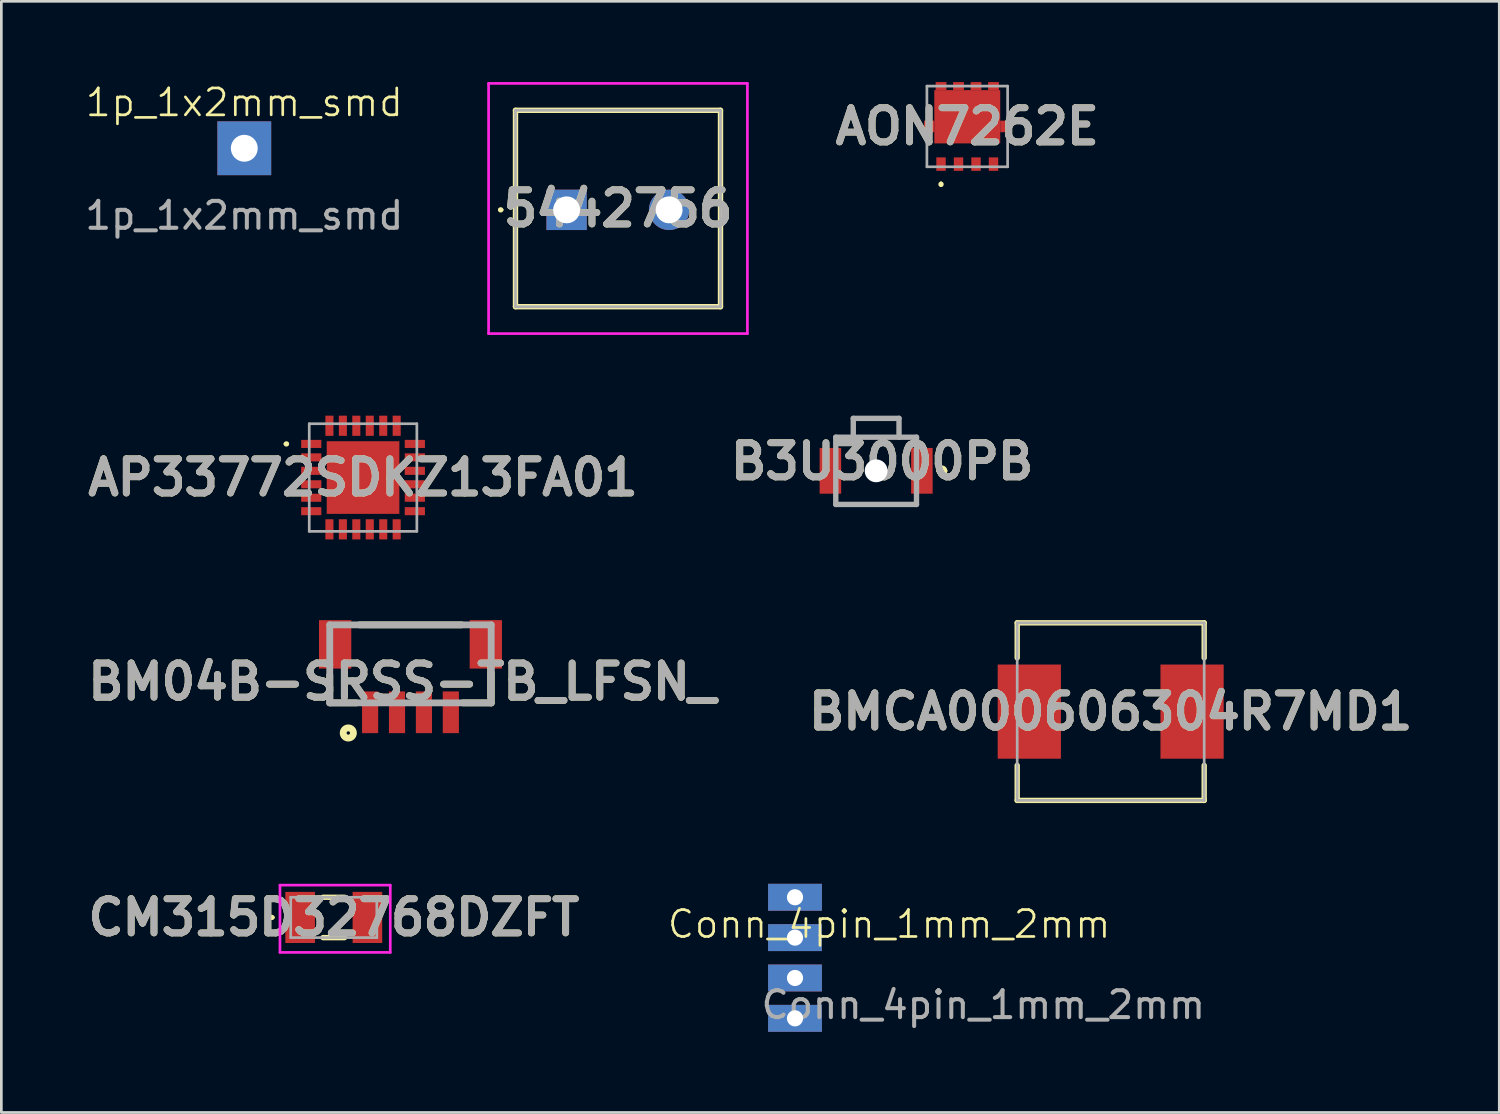
<source format=kicad_pcb>
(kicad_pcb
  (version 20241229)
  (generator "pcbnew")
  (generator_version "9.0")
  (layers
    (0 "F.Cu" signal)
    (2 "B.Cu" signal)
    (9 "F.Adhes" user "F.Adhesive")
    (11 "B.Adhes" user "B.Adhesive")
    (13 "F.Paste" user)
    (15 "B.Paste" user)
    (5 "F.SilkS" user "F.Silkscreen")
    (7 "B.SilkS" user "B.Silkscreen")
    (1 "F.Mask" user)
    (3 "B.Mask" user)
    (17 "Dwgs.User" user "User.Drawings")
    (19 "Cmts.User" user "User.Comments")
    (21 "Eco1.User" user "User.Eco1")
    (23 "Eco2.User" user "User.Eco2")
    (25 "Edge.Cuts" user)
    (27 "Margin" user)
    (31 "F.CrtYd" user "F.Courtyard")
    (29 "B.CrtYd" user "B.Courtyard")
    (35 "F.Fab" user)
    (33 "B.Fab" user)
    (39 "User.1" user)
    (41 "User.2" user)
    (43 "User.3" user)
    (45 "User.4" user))
  (footprint "AON7262E"
    (layer "F.Cu")
    (at 32.902 1.65)
    (property "Reference" "AON7262E" (at 0 0 0) (layer "F.SilkS") (effects (font (size 1.27 1.27) (thickness 0.254))))
    (attr smd)
    (fp_line (start -0.975 2.1) (end -0.975 2.1) (stroke (width 0.1) (type solid)) (layer "F.SilkS"))
    (fp_line (start -0.975 2.2) (end -0.975 2.2) (stroke (width 0.1) (type solid)) (layer "F.SilkS"))
    (fp_arc (start -0.975 2.1) (mid -0.925 2.15) (end -0.975 2.2) (stroke (width 0.1) (type solid)) (layer "F.SilkS"))
    (fp_arc (start -0.975 2.2) (mid -1.025 2.15) (end -0.975 2.1) (stroke (width 0.1) (type solid)) (layer "F.SilkS"))
    (fp_line (start -1.5 -1.5) (end 1.5 -1.5) (stroke (width 0.1) (type solid)) (layer "F.Fab"))
    (fp_line (start -1.5 1.5) (end -1.5 -1.5) (stroke (width 0.1) (type solid)) (layer "F.Fab"))
    (fp_line (start 1.5 -1.5) (end 1.5 1.5) (stroke (width 0.1) (type solid)) (layer "F.Fab"))
    (fp_line (start 1.5 1.5) (end -1.5 1.5) (stroke (width 0.1) (type solid)) (layer "F.Fab"))
    (fp_text user "${REFERENCE}" (at 0 0 0) (layer "F.Fab") (effects (font (size 1.27 1.27) (thickness 0.254))))
    (pad "1" smd rect (at -0.975 1.4) (size 0.35 0.5) (layers "F.Cu" "F.Mask" "F.Paste"))
    (pad "2" smd rect (at -0.325 1.4) (size 0.35 0.5) (layers "F.Cu" "F.Mask" "F.Paste"))
    (pad "3" smd rect (at 0.325 1.4) (size 0.35 0.5) (layers "F.Cu" "F.Mask" "F.Paste"))
    (pad "4" smd rect (at 0.975 1.4) (size 0.35 0.5) (layers "F.Cu" "F.Mask" "F.Paste"))
    (pad "5_8" smd rect (at -1.415 0) (size 0.38 0.43) (layers "F.Cu" "F.Mask" "F.Paste"))
    (pad "5_8" smd rect (at -0.975 -1.5 90) (size 0.3 0.4) (layers "F.Cu" "F.Mask" "F.Paste"))
    (pad "5_8" smd rect (at -0.325 -1.5 90) (size 0.3 0.4) (layers "F.Cu" "F.Mask" "F.Paste"))
    (pad "5_8" smd rect (at 0 -0.36 90) (size 1.98 2.45) (layers "F.Cu" "F.Mask" "F.Paste"))
    (pad "5_8" smd rect (at 0.325 -1.5 90) (size 0.3 0.4) (layers "F.Cu" "F.Mask" "F.Paste"))
    (pad "5_8" smd rect (at 0.975 -1.5 90) (size 0.3 0.4) (layers "F.Cu" "F.Mask" "F.Paste"))
    (pad "5_8" smd rect (at 1.415 0) (size 0.38 0.43) (layers "F.Cu" "F.Mask" "F.Paste")))
  (footprint "Conn_4pin_1mm_2mm"
    (layer "F.Cu")
    (at 26.499 30.3)
    (property "Reference" "Conn_4pin_1mm_2mm" (at 3.5 1 0) (unlocked yes) (layer "F.SilkS") (effects (font (size 1 1) (thickness 0.1))))
    (attr through_hole exclude_from_pos_files)
    (fp_text user "${REFERENCE}" (at 7 4 0) (unlocked yes) (layer "F.Fab") (effects (font (size 1 1) (thickness 0.15))))
    (pad "1" thru_hole rect (at 0 0) (size 2 1) (drill 0.6) (layers "*.Cu" "*.Mask"))
    (pad "2" thru_hole rect (at 0 1.5) (size 2 1) (drill 0.6) (layers "*.Cu" "*.Mask"))
    (pad "3" thru_hole rect (at 0 3) (size 2 1) (drill 0.6) (layers "*.Cu" "*.Mask"))
    (pad "4" thru_hole rect (at 0 4.5) (size 2 1) (drill 0.6) (layers "*.Cu" "*.Mask")))
  (footprint "B3U3000PB"
    (layer "F.Cu")
    (at 29.515 14.45)
    (property "Reference" "B3U3000PB" (at 0.222 -0.35 0) (layer "F.SilkS") (effects (font (size 1.27 1.27) (thickness 0.254))))
    (attr through_hole)
    (fp_line (start -1.5 -1.25) (end -0.85 -1.25) (stroke (width 0.1) (type solid)) (layer "F.SilkS"))
    (fp_line (start -1.5 1.25) (end 1.5 1.25) (stroke (width 0.1) (type solid)) (layer "F.SilkS"))
    (fp_line (start -0.85 -1.95) (end 0.85 -1.95) (stroke (width 0.1) (type solid)) (layer "F.SilkS"))
    (fp_line (start -0.85 -1.25) (end -0.85 -1.95) (stroke (width 0.1) (type solid)) (layer "F.SilkS"))
    (fp_line (start 0.85 -1.95) (end 0.85 -1.25) (stroke (width 0.1) (type solid)) (layer "F.SilkS"))
    (fp_line (start 0.85 -1.25) (end 1.5 -1.25) (stroke (width 0.1) (type solid)) (layer "F.SilkS"))
    (fp_line (start 2.345 0) (end 2.345 0) (stroke (width 0.2) (type solid)) (layer "F.SilkS"))
    (fp_line (start 2.545 0) (end 2.545 0) (stroke (width 0.2) (type solid)) (layer "F.SilkS"))
    (fp_arc (start 2.345 0) (mid 2.445 -0.1) (end 2.545 0) (stroke (width 0.2) (type solid)) (layer "F.SilkS"))
    (fp_arc (start 2.545 0) (mid 2.445 0.1) (end 2.345 0) (stroke (width 0.2) (type solid)) (layer "F.SilkS"))
    (fp_line (start -1.5 -1.25) (end 1.5 -1.25) (stroke (width 0.2) (type solid)) (layer "F.Fab"))
    (fp_line (start -1.5 1.25) (end -1.5 -1.25) (stroke (width 0.2) (type solid)) (layer "F.Fab"))
    (fp_line (start -0.85 -1.95) (end 0.85 -1.95) (stroke (width 0.2) (type solid)) (layer "F.Fab"))
    (fp_line (start -0.85 -1.25) (end -0.85 -1.95) (stroke (width 0.2) (type solid)) (layer "F.Fab"))
    (fp_line (start 0.85 -1.95) (end 0.85 -1.25) (stroke (width 0.2) (type solid)) (layer "F.Fab"))
    (fp_line (start 1.5 -1.25) (end 1.5 1.25) (stroke (width 0.2) (type solid)) (layer "F.Fab"))
    (fp_line (start 1.5 1.25) (end -1.5 1.25) (stroke (width 0.2) (type solid)) (layer "F.Fab"))
    (fp_text user "${REFERENCE}" (at 0.222 -0.35 0) (layer "F.Fab") (effects (font (size 1.27 1.27) (thickness 0.254))))
    (pad "" np_thru_hole circle (at 0 0) (size 0.85 0.85) (drill 0.85) (layers "*.Cu" "*.Mask"))
    (pad "1" smd rect (at 1.7 0) (size 0.8 1.7) (layers "F.Cu" "F.Mask" "F.Paste"))
    (pad "2" smd rect (at -1.7 0) (size 0.8 1.7) (layers "F.Cu" "F.Mask" "F.Paste")))
  (footprint "1p_1x2mm_smd"
    (layer "F.Cu")
    (at 6.03 2.461)
    (property "Reference" "1p_1x2mm_smd" (at 0 -1.7 0) (unlocked yes) (layer "F.SilkS") (effects (font (size 1 1) (thickness 0.1))))
    (attr smd exclude_from_pos_files exclude_from_bom)
    (fp_text user "${REFERENCE}" (at 0 2.5 0) (unlocked yes) (layer "F.Fab") (effects (font (size 1 1) (thickness 0.15))))
    (pad "1" thru_hole rect (at 0 0) (size 2 2) (drill 1) (layers "*.Cu" "*.Mask")))
  (footprint "BMCA000606304R7MD1"
    (layer "F.Cu")
    (at 38.233 23.4)
    (property "Reference" "BMCA000606304R7MD1" (at 0 0 0) (layer "F.SilkS") (effects (font (size 1.27 1.27) (thickness 0.254))))
    (attr smd)
    (fp_line (start -4.7 0) (end -4.7 0) (stroke (width 0.1) (type solid)) (layer "F.SilkS"))
    (fp_line (start -4.6 0) (end -4.6 0) (stroke (width 0.1) (type solid)) (layer "F.SilkS"))
    (fp_line (start -3.475 -3.3) (end 3.475 -3.3) (stroke (width 0.2) (type solid)) (layer "F.SilkS"))
    (fp_line (start -3.475 -2) (end -3.475 -3.3) (stroke (width 0.2) (type solid)) (layer "F.SilkS"))
    (fp_line (start -3.475 3.3) (end -3.475 2) (stroke (width 0.2) (type solid)) (layer "F.SilkS"))
    (fp_line (start 3.475 -3.3) (end 3.475 -2) (stroke (width 0.2) (type solid)) (layer "F.SilkS"))
    (fp_line (start 3.475 2) (end 3.475 3.3) (stroke (width 0.2) (type solid)) (layer "F.SilkS"))
    (fp_line (start 3.475 3.3) (end -3.475 3.3) (stroke (width 0.2) (type solid)) (layer "F.SilkS"))
    (fp_arc (start -4.7 0) (mid -4.65 -0.05) (end -4.6 0) (stroke (width 0.1) (type solid)) (layer "F.SilkS"))
    (fp_arc (start -4.6 0) (mid -4.65 0.05) (end -4.7 0) (stroke (width 0.1) (type solid)) (layer "F.SilkS"))
    (fp_line (start -3.475 -3.3) (end 3.475 -3.3) (stroke (width 0.1) (type solid)) (layer "F.Fab"))
    (fp_line (start -3.475 3.3) (end -3.475 -3.3) (stroke (width 0.1) (type solid)) (layer "F.Fab"))
    (fp_line (start 3.475 -3.3) (end 3.475 3.3) (stroke (width 0.1) (type solid)) (layer "F.Fab"))
    (fp_line (start 3.475 3.3) (end -3.475 3.3) (stroke (width 0.1) (type solid)) (layer "F.Fab"))
    (fp_text user "${REFERENCE}" (at 0 0 0) (layer "F.Fab") (effects (font (size 1.27 1.27) (thickness 0.254))))
    (pad "1" smd rect (at -3.025 0) (size 2.35 3.5) (layers "F.Cu" "F.Mask" "F.Paste"))
    (pad "2" smd rect (at 3.025 0) (size 2.35 3.5) (layers "F.Cu" "F.Mask" "F.Paste")))
  (footprint "BM04B-SRSS-TB_LFSN_"
    (layer "F.Cu")
    (at 9.207 22.975)
    (property "Reference" "BM04B-SRSS-TB_LFSN_" (at 2.689 -0.686 0) (layer "F.SilkS") (effects (font (size 1.27 1.27) (thickness 0.254))))
    (attr smd)
    (fp_line (start 0 0) (end 0 -0.928) (stroke (width 0.254) (type solid)) (layer "F.SilkS"))
    (fp_line (start 0 0.1) (end 0.987 0.1) (stroke (width 0.254) (type solid)) (layer "F.SilkS"))
    (fp_line (start 1.113 -2.8) (end 4.901 -2.8) (stroke (width 0.254) (type solid)) (layer "F.SilkS"))
    (fp_line (start 6 0.1) (end 4.955 0.1) (stroke (width 0.254) (type solid)) (layer "F.SilkS"))
    (fp_line (start 6 0.1) (end 6 -1.009) (stroke (width 0.254) (type solid)) (layer "F.SilkS"))
    (fp_circle (center 0.689 1.219) (end 0.689 1.282) (stroke (width 0.254) (type solid)) (fill no) (layer "F.SilkS"))
    (fp_line (start 0 -2.8) (end 6 -2.8) (stroke (width 0.254) (type solid)) (layer "F.Fab"))
    (fp_line (start 0 0.1) (end 0 -2.8) (stroke (width 0.254) (type solid)) (layer "F.Fab"))
    (fp_line (start 6 -2.8) (end 6 0.1) (stroke (width 0.254) (type solid)) (layer "F.Fab"))
    (fp_line (start 6 0.1) (end 0 0.1) (stroke (width 0.254) (type solid)) (layer "F.Fab"))
    (fp_text user "${REFERENCE}" (at 2.689 -0.686 0) (layer "F.Fab") (effects (font (size 1.27 1.27) (thickness 0.254))))
    (pad "1" smd rect (at 1.5 0.45) (size 0.6 1.55) (layers "F.Cu" "F.Mask" "F.Paste"))
    (pad "2" smd rect (at 2.5 0.45) (size 0.6 1.55) (layers "F.Cu" "F.Mask" "F.Paste"))
    (pad "3" smd rect (at 3.5 0.45) (size 0.6 1.55) (layers "F.Cu" "F.Mask" "F.Paste"))
    (pad "4" smd rect (at 4.5 0.45) (size 0.6 1.55) (layers "F.Cu" "F.Mask" "F.Paste"))
    (pad "5" smd rect (at 0.2 -2.075) (size 1.2 1.8) (layers "F.Cu" "F.Mask" "F.Paste"))
    (pad "6" smd rect (at 5.8 -2.075) (size 1.2 1.8) (layers "F.Cu" "F.Mask" "F.Paste")))
  (footprint "AP33772SDKZ13FA01"
    (layer "F.Cu")
    (at 10.444 14.7)
    (property "Reference" "AP33772SDKZ13FA01" (at 0 0 0) (layer "F.SilkS") (effects (font (size 1.27 1.27) (thickness 0.254))))
    (attr smd)
    (fp_line (start -2.9 -1.25) (end -2.9 -1.25) (stroke (width 0.1) (type solid)) (layer "F.SilkS"))
    (fp_line (start -2.8 -1.25) (end -2.8 -1.25) (stroke (width 0.1) (type solid)) (layer "F.SilkS"))
    (fp_arc (start -2.9 -1.25) (mid -2.85 -1.3) (end -2.8 -1.25) (stroke (width 0.1) (type solid)) (layer "F.SilkS"))
    (fp_arc (start -2.8 -1.25) (mid -2.85 -1.2) (end -2.9 -1.25) (stroke (width 0.1) (type solid)) (layer "F.SilkS"))
    (fp_line (start -2 -2) (end 2 -2) (stroke (width 0.1) (type solid)) (layer "F.Fab"))
    (fp_line (start -2 2) (end -2 -2) (stroke (width 0.1) (type solid)) (layer "F.Fab"))
    (fp_line (start 2 -2) (end 2 2) (stroke (width 0.1) (type solid)) (layer "F.Fab"))
    (fp_line (start 2 2) (end -2 2) (stroke (width 0.1) (type solid)) (layer "F.Fab"))
    (fp_text user "${REFERENCE}" (at 0 0 0) (layer "F.Fab") (effects (font (size 1.27 1.27) (thickness 0.254))))
    (pad "1" smd rect (at -1.925 -1.25 90) (size 0.3 0.75) (layers "F.Cu" "F.Mask" "F.Paste"))
    (pad "2" smd rect (at -1.925 -0.75 90) (size 0.3 0.75) (layers "F.Cu" "F.Mask" "F.Paste"))
    (pad "3" smd rect (at -1.925 -0.25 90) (size 0.3 0.75) (layers "F.Cu" "F.Mask" "F.Paste"))
    (pad "4" smd rect (at -1.925 0.25 90) (size 0.3 0.75) (layers "F.Cu" "F.Mask" "F.Paste"))
    (pad "5" smd rect (at -1.925 0.75 90) (size 0.3 0.75) (layers "F.Cu" "F.Mask" "F.Paste"))
    (pad "6" smd rect (at -1.925 1.25 90) (size 0.3 0.75) (layers "F.Cu" "F.Mask" "F.Paste"))
    (pad "7" smd rect (at -1.25 1.925) (size 0.3 0.75) (layers "F.Cu" "F.Mask" "F.Paste"))
    (pad "8" smd rect (at -0.75 1.925) (size 0.3 0.75) (layers "F.Cu" "F.Mask" "F.Paste"))
    (pad "9" smd rect (at -0.25 1.925) (size 0.3 0.75) (layers "F.Cu" "F.Mask" "F.Paste"))
    (pad "10" smd rect (at 0.25 1.925) (size 0.3 0.75) (layers "F.Cu" "F.Mask" "F.Paste"))
    (pad "11" smd rect (at 0.75 1.925) (size 0.3 0.75) (layers "F.Cu" "F.Mask" "F.Paste"))
    (pad "12" smd rect (at 1.25 1.925) (size 0.3 0.75) (layers "F.Cu" "F.Mask" "F.Paste"))
    (pad "13" smd rect (at 1.925 1.25 90) (size 0.3 0.75) (layers "F.Cu" "F.Mask" "F.Paste"))
    (pad "14" smd rect (at 1.925 0.75 90) (size 0.3 0.75) (layers "F.Cu" "F.Mask" "F.Paste"))
    (pad "15" smd rect (at 1.925 0.25 90) (size 0.3 0.75) (layers "F.Cu" "F.Mask" "F.Paste"))
    (pad "16" smd rect (at 1.925 -0.25 90) (size 0.3 0.75) (layers "F.Cu" "F.Mask" "F.Paste"))
    (pad "17" smd rect (at 1.925 -0.75 90) (size 0.3 0.75) (layers "F.Cu" "F.Mask" "F.Paste"))
    (pad "18" smd rect (at 1.925 -1.25 90) (size 0.3 0.75) (layers "F.Cu" "F.Mask" "F.Paste"))
    (pad "19" smd rect (at 1.25 -1.925) (size 0.3 0.75) (layers "F.Cu" "F.Mask" "F.Paste"))
    (pad "20" smd rect (at 0.75 -1.925) (size 0.3 0.75) (layers "F.Cu" "F.Mask" "F.Paste"))
    (pad "21" smd rect (at 0.25 -1.925) (size 0.3 0.75) (layers "F.Cu" "F.Mask" "F.Paste"))
    (pad "22" smd rect (at -0.25 -1.925) (size 0.3 0.75) (layers "F.Cu" "F.Mask" "F.Paste"))
    (pad "23" smd rect (at -0.75 -1.925) (size 0.3 0.75) (layers "F.Cu" "F.Mask" "F.Paste"))
    (pad "24" smd rect (at -1.25 -1.925) (size 0.3 0.75) (layers "F.Cu" "F.Mask" "F.Paste"))
    (pad "25" smd rect (at 0 0 90) (size 2.7 2.7) (layers "F.Cu" "F.Mask" "F.Paste")))
  (footprint "5442756"
    (layer "F.Cu")
    (at 18.01 4.75)
    (property "Reference" "5442756" (at 1.91 -0.05 0) (layer "F.SilkS") (effects (font (size 1.27 1.27) (thickness 0.254))))
    (attr through_hole)
    (fp_line (start -2.5 0) (end -2.5 0) (stroke (width 0.1) (type solid)) (layer "F.SilkS"))
    (fp_line (start -2.4 0) (end -2.4 0) (stroke (width 0.1) (type solid)) (layer "F.SilkS"))
    (fp_line (start -1.9 -3.7) (end 5.72 -3.7) (stroke (width 0.2) (type solid)) (layer "F.SilkS"))
    (fp_line (start -1.9 3.6) (end -1.9 -3.7) (stroke (width 0.2) (type solid)) (layer "F.SilkS"))
    (fp_line (start 5.72 -3.7) (end 5.72 3.6) (stroke (width 0.2) (type solid)) (layer "F.SilkS"))
    (fp_line (start 5.72 3.6) (end -1.9 3.6) (stroke (width 0.2) (type solid)) (layer "F.SilkS"))
    (fp_arc (start -2.5 0) (mid -2.45 -0.05) (end -2.4 0) (stroke (width 0.1) (type solid)) (layer "F.SilkS"))
    (fp_arc (start -2.4 0) (mid -2.45 0.05) (end -2.5 0) (stroke (width 0.1) (type solid)) (layer "F.SilkS"))
    (fp_line (start -2.9 -4.7) (end 6.72 -4.7) (stroke (width 0.1) (type solid)) (layer "F.CrtYd"))
    (fp_line (start -2.9 4.6) (end -2.9 -4.7) (stroke (width 0.1) (type solid)) (layer "F.CrtYd"))
    (fp_line (start 6.72 -4.7) (end 6.72 4.6) (stroke (width 0.1) (type solid)) (layer "F.CrtYd"))
    (fp_line (start 6.72 4.6) (end -2.9 4.6) (stroke (width 0.1) (type solid)) (layer "F.CrtYd"))
    (fp_line (start -1.9 -3.7) (end 5.72 -3.7) (stroke (width 0.1) (type solid)) (layer "F.Fab"))
    (fp_line (start -1.9 3.6) (end -1.9 -3.7) (stroke (width 0.1) (type solid)) (layer "F.Fab"))
    (fp_line (start 5.72 -3.7) (end 5.72 3.6) (stroke (width 0.1) (type solid)) (layer "F.Fab"))
    (fp_line (start 5.72 3.6) (end -1.9 3.6) (stroke (width 0.1) (type solid)) (layer "F.Fab"))
    (fp_text user "${REFERENCE}" (at 1.91 -0.05 0) (layer "F.Fab") (effects (font (size 1.27 1.27) (thickness 0.254))))
    (pad "1" thru_hole rect (at 0 0) (size 1.5 1.5) (drill 1) (layers "*.Cu" "*.Mask"))
    (pad "2" thru_hole circle (at 3.81 0) (size 1.5 1.5) (drill 1) (layers "*.Cu" "*.Mask")))
  (footprint "CM315D32768DZFT"
    (layer "F.Cu")
    (at 9.356 31.05)
    (property "Reference" "CM315D32768DZFT" (at 0 0 0) (layer "F.SilkS") (effects (font (size 1.27 1.27) (thickness 0.254))))
    (attr smd)
    (fp_line (start -2.35 0) (end -2.35 0) (stroke (width 0.1) (type solid)) (layer "F.SilkS"))
    (fp_line (start -2.25 0) (end -2.25 0) (stroke (width 0.1) (type solid)) (layer "F.SilkS"))
    (fp_line (start -0.4 -0.75) (end 0.4 -0.75) (stroke (width 0.2) (type solid)) (layer "F.SilkS"))
    (fp_line (start -0.4 0.75) (end 0.4 0.75) (stroke (width 0.2) (type solid)) (layer "F.SilkS"))
    (fp_arc (start -2.35 0) (mid -2.3 -0.05) (end -2.25 0) (stroke (width 0.1) (type solid)) (layer "F.SilkS"))
    (fp_arc (start -2.25 0) (mid -2.3 0.05) (end -2.35 0) (stroke (width 0.1) (type solid)) (layer "F.SilkS"))
    (fp_line (start -2 -1.2) (end 2.1 -1.2) (stroke (width 0.1) (type solid)) (layer "F.CrtYd"))
    (fp_line (start -2 1.3) (end -2 -1.2) (stroke (width 0.1) (type solid)) (layer "F.CrtYd"))
    (fp_line (start 2.1 -1.2) (end 2.1 1.3) (stroke (width 0.1) (type solid)) (layer "F.CrtYd"))
    (fp_line (start 2.1 1.3) (end -2 1.3) (stroke (width 0.1) (type solid)) (layer "F.CrtYd"))
    (fp_line (start -1.6 -0.75) (end 1.6 -0.75) (stroke (width 0.1) (type solid)) (layer "F.Fab"))
    (fp_line (start -1.6 0.75) (end -1.6 -0.75) (stroke (width 0.1) (type solid)) (layer "F.Fab"))
    (fp_line (start 1.6 -0.75) (end 1.6 0.75) (stroke (width 0.1) (type solid)) (layer "F.Fab"))
    (fp_line (start 1.6 0.75) (end -1.6 0.75) (stroke (width 0.1) (type solid)) (layer "F.Fab"))
    (fp_text user "${REFERENCE}" (at 0 0 0) (layer "F.Fab") (effects (font (size 1.27 1.27) (thickness 0.254))))
    (pad "1" smd rect (at -1.25 0) (size 1.1 1.9) (layers "F.Cu" "F.Mask" "F.Paste"))
    (pad "2" smd rect (at 1.25 0) (size 1.1 1.9) (layers "F.Cu" "F.Mask" "F.Paste")))
  (gr_rect
    (start -3 -3)
    (end 52.676 38.3)
    (stroke (width 0.1) (type default))
    (fill no)
    (layer "Edge.Cuts")))
</source>
